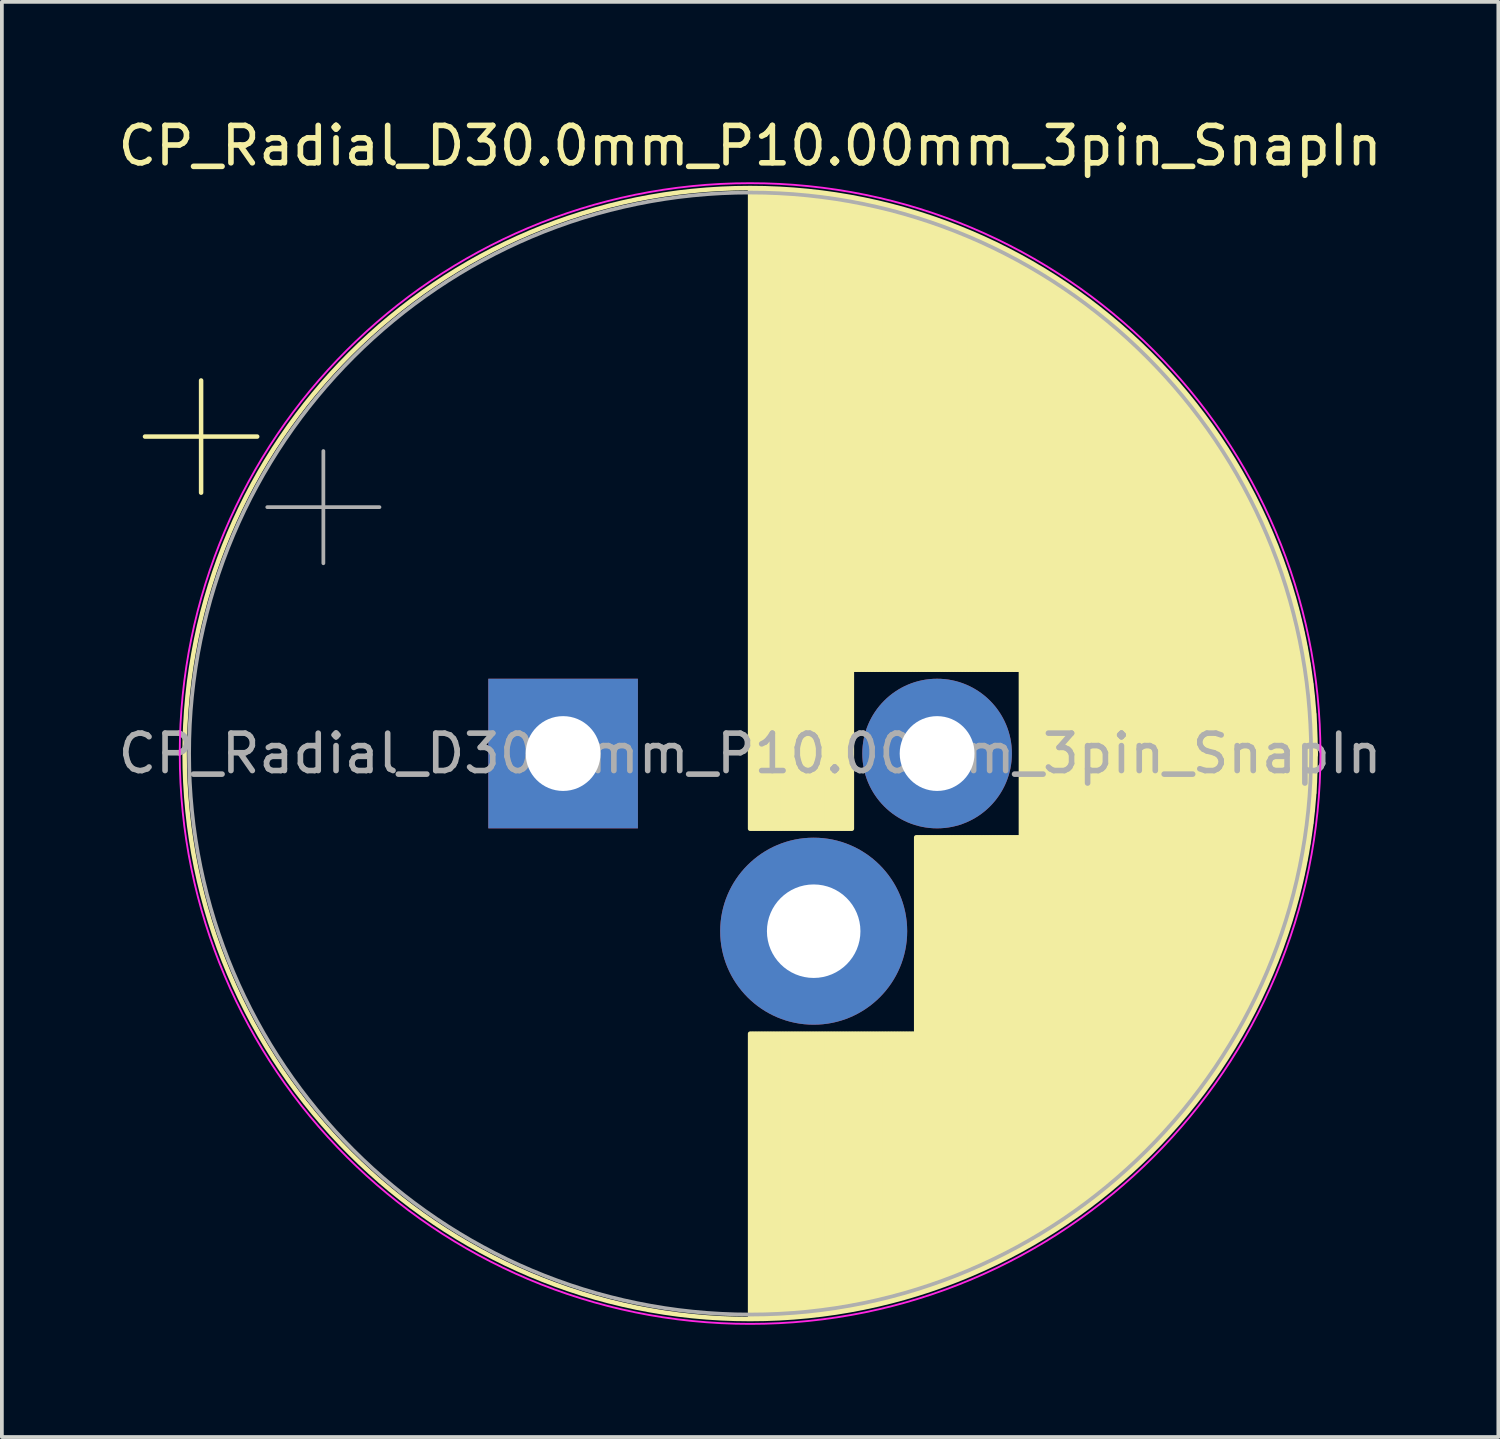
<source format=kicad_pcb>
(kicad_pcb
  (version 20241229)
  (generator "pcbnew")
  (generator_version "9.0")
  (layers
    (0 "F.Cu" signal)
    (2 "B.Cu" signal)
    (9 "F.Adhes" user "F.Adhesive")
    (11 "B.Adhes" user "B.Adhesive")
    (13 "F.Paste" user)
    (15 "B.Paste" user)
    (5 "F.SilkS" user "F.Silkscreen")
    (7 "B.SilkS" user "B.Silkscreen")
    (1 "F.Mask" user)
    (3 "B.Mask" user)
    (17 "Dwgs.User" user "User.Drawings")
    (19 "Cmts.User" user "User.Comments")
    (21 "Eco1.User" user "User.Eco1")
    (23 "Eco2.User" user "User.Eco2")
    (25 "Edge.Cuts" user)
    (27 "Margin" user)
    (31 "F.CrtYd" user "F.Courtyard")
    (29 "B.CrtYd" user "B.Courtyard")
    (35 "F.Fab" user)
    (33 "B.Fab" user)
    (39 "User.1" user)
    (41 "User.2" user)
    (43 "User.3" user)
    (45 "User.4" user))
  (footprint "CP_Radial_D30.0mm_P10.00mm_3pin_SnapIn"
    (layer "F.Cu")
    (at 12.006 17.098)
    (property "Reference" "CP_Radial_D30.0mm_P10.00mm_3pin_SnapIn" (at 5 -16.25 0) (layer "F.SilkS") (effects (font (size 1 1) (thickness 0.15))))
    (attr through_hole)
    (fp_line (start -11.179 -8.475) (end -8.179 -8.475) (stroke (width 0.12) (type solid)) (layer "F.SilkS"))
    (fp_line (start -9.679 -9.975) (end -9.679 -6.975) (stroke (width 0.12) (type solid)) (layer "F.SilkS"))
    (fp_line (start 5 -15.081) (end 5 2.01) (stroke (width 0.12) (type solid)) (layer "F.SilkS"))
    (fp_line (start 5 7.49) (end 5 15.081) (stroke (width 0.12) (type solid)) (layer "F.SilkS"))
    (fp_line (start 5.04 -15.08) (end 5.04 2.01) (stroke (width 0.12) (type solid)) (layer "F.SilkS"))
    (fp_line (start 5.04 7.49) (end 5.04 15.08) (stroke (width 0.12) (type solid)) (layer "F.SilkS"))
    (fp_line (start 5.08 -15.08) (end 5.08 2.01) (stroke (width 0.12) (type solid)) (layer "F.SilkS"))
    (fp_line (start 5.08 7.49) (end 5.08 15.08) (stroke (width 0.12) (type solid)) (layer "F.SilkS"))
    (fp_line (start 5.12 -15.08) (end 5.12 2.01) (stroke (width 0.12) (type solid)) (layer "F.SilkS"))
    (fp_line (start 5.12 7.49) (end 5.12 15.08) (stroke (width 0.12) (type solid)) (layer "F.SilkS"))
    (fp_line (start 5.16 -15.08) (end 5.16 2.01) (stroke (width 0.12) (type solid)) (layer "F.SilkS"))
    (fp_line (start 5.16 7.49) (end 5.16 15.08) (stroke (width 0.12) (type solid)) (layer "F.SilkS"))
    (fp_line (start 5.2 -15.079) (end 5.2 2.01) (stroke (width 0.12) (type solid)) (layer "F.SilkS"))
    (fp_line (start 5.2 7.49) (end 5.2 15.079) (stroke (width 0.12) (type solid)) (layer "F.SilkS"))
    (fp_line (start 5.24 -15.079) (end 5.24 2.01) (stroke (width 0.12) (type solid)) (layer "F.SilkS"))
    (fp_line (start 5.24 7.49) (end 5.24 15.079) (stroke (width 0.12) (type solid)) (layer "F.SilkS"))
    (fp_line (start 5.28 -15.078) (end 5.28 2.01) (stroke (width 0.12) (type solid)) (layer "F.SilkS"))
    (fp_line (start 5.28 7.49) (end 5.28 15.078) (stroke (width 0.12) (type solid)) (layer "F.SilkS"))
    (fp_line (start 5.32 -15.077) (end 5.32 2.01) (stroke (width 0.12) (type solid)) (layer "F.SilkS"))
    (fp_line (start 5.32 7.49) (end 5.32 15.077) (stroke (width 0.12) (type solid)) (layer "F.SilkS"))
    (fp_line (start 5.36 -15.076) (end 5.36 2.01) (stroke (width 0.12) (type solid)) (layer "F.SilkS"))
    (fp_line (start 5.36 7.49) (end 5.36 15.076) (stroke (width 0.12) (type solid)) (layer "F.SilkS"))
    (fp_line (start 5.4 -15.075) (end 5.4 2.01) (stroke (width 0.12) (type solid)) (layer "F.SilkS"))
    (fp_line (start 5.4 7.49) (end 5.4 15.075) (stroke (width 0.12) (type solid)) (layer "F.SilkS"))
    (fp_line (start 5.44 -15.074) (end 5.44 2.01) (stroke (width 0.12) (type solid)) (layer "F.SilkS"))
    (fp_line (start 5.44 7.49) (end 5.44 15.074) (stroke (width 0.12) (type solid)) (layer "F.SilkS"))
    (fp_line (start 5.48 -15.073) (end 5.48 2.01) (stroke (width 0.12) (type solid)) (layer "F.SilkS"))
    (fp_line (start 5.48 7.49) (end 5.48 15.073) (stroke (width 0.12) (type solid)) (layer "F.SilkS"))
    (fp_line (start 5.52 -15.072) (end 5.52 2.01) (stroke (width 0.12) (type solid)) (layer "F.SilkS"))
    (fp_line (start 5.52 7.49) (end 5.52 15.072) (stroke (width 0.12) (type solid)) (layer "F.SilkS"))
    (fp_line (start 5.56 -15.07) (end 5.56 2.01) (stroke (width 0.12) (type solid)) (layer "F.SilkS"))
    (fp_line (start 5.56 7.49) (end 5.56 15.07) (stroke (width 0.12) (type solid)) (layer "F.SilkS"))
    (fp_line (start 5.6 -15.069) (end 5.6 2.01) (stroke (width 0.12) (type solid)) (layer "F.SilkS"))
    (fp_line (start 5.6 7.49) (end 5.6 15.069) (stroke (width 0.12) (type solid)) (layer "F.SilkS"))
    (fp_line (start 5.64 -15.067) (end 5.64 2.01) (stroke (width 0.12) (type solid)) (layer "F.SilkS"))
    (fp_line (start 5.64 7.49) (end 5.64 15.067) (stroke (width 0.12) (type solid)) (layer "F.SilkS"))
    (fp_line (start 5.68 -15.065) (end 5.68 2.01) (stroke (width 0.12) (type solid)) (layer "F.SilkS"))
    (fp_line (start 5.68 7.49) (end 5.68 15.065) (stroke (width 0.12) (type solid)) (layer "F.SilkS"))
    (fp_line (start 5.721 -15.063) (end 5.721 2.01) (stroke (width 0.12) (type solid)) (layer "F.SilkS"))
    (fp_line (start 5.721 7.49) (end 5.721 15.063) (stroke (width 0.12) (type solid)) (layer "F.SilkS"))
    (fp_line (start 5.761 -15.061) (end 5.761 2.01) (stroke (width 0.12) (type solid)) (layer "F.SilkS"))
    (fp_line (start 5.761 7.49) (end 5.761 15.061) (stroke (width 0.12) (type solid)) (layer "F.SilkS"))
    (fp_line (start 5.801 -15.059) (end 5.801 2.01) (stroke (width 0.12) (type solid)) (layer "F.SilkS"))
    (fp_line (start 5.801 7.49) (end 5.801 15.059) (stroke (width 0.12) (type solid)) (layer "F.SilkS"))
    (fp_line (start 5.841 -15.057) (end 5.841 2.01) (stroke (width 0.12) (type solid)) (layer "F.SilkS"))
    (fp_line (start 5.841 7.49) (end 5.841 15.057) (stroke (width 0.12) (type solid)) (layer "F.SilkS"))
    (fp_line (start 5.881 -15.055) (end 5.881 2.01) (stroke (width 0.12) (type solid)) (layer "F.SilkS"))
    (fp_line (start 5.881 7.49) (end 5.881 15.055) (stroke (width 0.12) (type solid)) (layer "F.SilkS"))
    (fp_line (start 5.921 -15.052) (end 5.921 2.01) (stroke (width 0.12) (type solid)) (layer "F.SilkS"))
    (fp_line (start 5.921 7.49) (end 5.921 15.052) (stroke (width 0.12) (type solid)) (layer "F.SilkS"))
    (fp_line (start 5.961 -15.05) (end 5.961 2.01) (stroke (width 0.12) (type solid)) (layer "F.SilkS"))
    (fp_line (start 5.961 7.49) (end 5.961 15.05) (stroke (width 0.12) (type solid)) (layer "F.SilkS"))
    (fp_line (start 6.001 -15.047) (end 6.001 2.01) (stroke (width 0.12) (type solid)) (layer "F.SilkS"))
    (fp_line (start 6.001 7.49) (end 6.001 15.047) (stroke (width 0.12) (type solid)) (layer "F.SilkS"))
    (fp_line (start 6.041 -15.045) (end 6.041 2.01) (stroke (width 0.12) (type solid)) (layer "F.SilkS"))
    (fp_line (start 6.041 7.49) (end 6.041 15.045) (stroke (width 0.12) (type solid)) (layer "F.SilkS"))
    (fp_line (start 6.081 -15.042) (end 6.081 2.01) (stroke (width 0.12) (type solid)) (layer "F.SilkS"))
    (fp_line (start 6.081 7.49) (end 6.081 15.042) (stroke (width 0.12) (type solid)) (layer "F.SilkS"))
    (fp_line (start 6.121 -15.039) (end 6.121 2.01) (stroke (width 0.12) (type solid)) (layer "F.SilkS"))
    (fp_line (start 6.121 7.49) (end 6.121 15.039) (stroke (width 0.12) (type solid)) (layer "F.SilkS"))
    (fp_line (start 6.161 -15.036) (end 6.161 2.01) (stroke (width 0.12) (type solid)) (layer "F.SilkS"))
    (fp_line (start 6.161 7.49) (end 6.161 15.036) (stroke (width 0.12) (type solid)) (layer "F.SilkS"))
    (fp_line (start 6.201 -15.033) (end 6.201 2.01) (stroke (width 0.12) (type solid)) (layer "F.SilkS"))
    (fp_line (start 6.201 7.49) (end 6.201 15.033) (stroke (width 0.12) (type solid)) (layer "F.SilkS"))
    (fp_line (start 6.241 -15.03) (end 6.241 2.01) (stroke (width 0.12) (type solid)) (layer "F.SilkS"))
    (fp_line (start 6.241 7.49) (end 6.241 15.03) (stroke (width 0.12) (type solid)) (layer "F.SilkS"))
    (fp_line (start 6.281 -15.026) (end 6.281 2.01) (stroke (width 0.12) (type solid)) (layer "F.SilkS"))
    (fp_line (start 6.281 7.49) (end 6.281 15.026) (stroke (width 0.12) (type solid)) (layer "F.SilkS"))
    (fp_line (start 6.321 -15.023) (end 6.321 2.01) (stroke (width 0.12) (type solid)) (layer "F.SilkS"))
    (fp_line (start 6.321 7.49) (end 6.321 15.023) (stroke (width 0.12) (type solid)) (layer "F.SilkS"))
    (fp_line (start 6.361 -15.019) (end 6.361 2.01) (stroke (width 0.12) (type solid)) (layer "F.SilkS"))
    (fp_line (start 6.361 7.49) (end 6.361 15.019) (stroke (width 0.12) (type solid)) (layer "F.SilkS"))
    (fp_line (start 6.401 -15.016) (end 6.401 2.01) (stroke (width 0.12) (type solid)) (layer "F.SilkS"))
    (fp_line (start 6.401 7.49) (end 6.401 15.016) (stroke (width 0.12) (type solid)) (layer "F.SilkS"))
    (fp_line (start 6.441 -15.012) (end 6.441 2.01) (stroke (width 0.12) (type solid)) (layer "F.SilkS"))
    (fp_line (start 6.441 7.49) (end 6.441 15.012) (stroke (width 0.12) (type solid)) (layer "F.SilkS"))
    (fp_line (start 6.481 -15.008) (end 6.481 2.01) (stroke (width 0.12) (type solid)) (layer "F.SilkS"))
    (fp_line (start 6.481 7.49) (end 6.481 15.008) (stroke (width 0.12) (type solid)) (layer "F.SilkS"))
    (fp_line (start 6.521 -15.004) (end 6.521 2.01) (stroke (width 0.12) (type solid)) (layer "F.SilkS"))
    (fp_line (start 6.521 7.49) (end 6.521 15.004) (stroke (width 0.12) (type solid)) (layer "F.SilkS"))
    (fp_line (start 6.561 -15) (end 6.561 2.01) (stroke (width 0.12) (type solid)) (layer "F.SilkS"))
    (fp_line (start 6.561 7.49) (end 6.561 15) (stroke (width 0.12) (type solid)) (layer "F.SilkS"))
    (fp_line (start 6.601 -14.996) (end 6.601 2.01) (stroke (width 0.12) (type solid)) (layer "F.SilkS"))
    (fp_line (start 6.601 7.49) (end 6.601 14.996) (stroke (width 0.12) (type solid)) (layer "F.SilkS"))
    (fp_line (start 6.641 -14.991) (end 6.641 2.01) (stroke (width 0.12) (type solid)) (layer "F.SilkS"))
    (fp_line (start 6.641 7.49) (end 6.641 14.991) (stroke (width 0.12) (type solid)) (layer "F.SilkS"))
    (fp_line (start 6.681 -14.987) (end 6.681 2.01) (stroke (width 0.12) (type solid)) (layer "F.SilkS"))
    (fp_line (start 6.681 7.49) (end 6.681 14.987) (stroke (width 0.12) (type solid)) (layer "F.SilkS"))
    (fp_line (start 6.721 -14.982) (end 6.721 2.01) (stroke (width 0.12) (type solid)) (layer "F.SilkS"))
    (fp_line (start 6.721 7.49) (end 6.721 14.982) (stroke (width 0.12) (type solid)) (layer "F.SilkS"))
    (fp_line (start 6.761 -14.978) (end 6.761 2.01) (stroke (width 0.12) (type solid)) (layer "F.SilkS"))
    (fp_line (start 6.761 7.49) (end 6.761 14.978) (stroke (width 0.12) (type solid)) (layer "F.SilkS"))
    (fp_line (start 6.801 -14.973) (end 6.801 2.01) (stroke (width 0.12) (type solid)) (layer "F.SilkS"))
    (fp_line (start 6.801 7.49) (end 6.801 14.973) (stroke (width 0.12) (type solid)) (layer "F.SilkS"))
    (fp_line (start 6.841 -14.968) (end 6.841 2.01) (stroke (width 0.12) (type solid)) (layer "F.SilkS"))
    (fp_line (start 6.841 7.49) (end 6.841 14.968) (stroke (width 0.12) (type solid)) (layer "F.SilkS"))
    (fp_line (start 6.881 -14.963) (end 6.881 2.01) (stroke (width 0.12) (type solid)) (layer "F.SilkS"))
    (fp_line (start 6.881 7.49) (end 6.881 14.963) (stroke (width 0.12) (type solid)) (layer "F.SilkS"))
    (fp_line (start 6.921 -14.958) (end 6.921 2.01) (stroke (width 0.12) (type solid)) (layer "F.SilkS"))
    (fp_line (start 6.921 7.49) (end 6.921 14.958) (stroke (width 0.12) (type solid)) (layer "F.SilkS"))
    (fp_line (start 6.961 -14.953) (end 6.961 2.01) (stroke (width 0.12) (type solid)) (layer "F.SilkS"))
    (fp_line (start 6.961 7.49) (end 6.961 14.953) (stroke (width 0.12) (type solid)) (layer "F.SilkS"))
    (fp_line (start 7.001 -14.948) (end 7.001 2.01) (stroke (width 0.12) (type solid)) (layer "F.SilkS"))
    (fp_line (start 7.001 7.49) (end 7.001 14.948) (stroke (width 0.12) (type solid)) (layer "F.SilkS"))
    (fp_line (start 7.041 -14.942) (end 7.041 2.01) (stroke (width 0.12) (type solid)) (layer "F.SilkS"))
    (fp_line (start 7.041 7.49) (end 7.041 14.942) (stroke (width 0.12) (type solid)) (layer "F.SilkS"))
    (fp_line (start 7.081 -14.937) (end 7.081 2.01) (stroke (width 0.12) (type solid)) (layer "F.SilkS"))
    (fp_line (start 7.081 7.49) (end 7.081 14.937) (stroke (width 0.12) (type solid)) (layer "F.SilkS"))
    (fp_line (start 7.121 -14.931) (end 7.121 2.01) (stroke (width 0.12) (type solid)) (layer "F.SilkS"))
    (fp_line (start 7.121 7.49) (end 7.121 14.931) (stroke (width 0.12) (type solid)) (layer "F.SilkS"))
    (fp_line (start 7.161 -14.925) (end 7.161 2.01) (stroke (width 0.12) (type solid)) (layer "F.SilkS"))
    (fp_line (start 7.161 7.49) (end 7.161 14.925) (stroke (width 0.12) (type solid)) (layer "F.SilkS"))
    (fp_line (start 7.201 -14.92) (end 7.201 2.01) (stroke (width 0.12) (type solid)) (layer "F.SilkS"))
    (fp_line (start 7.201 7.49) (end 7.201 14.92) (stroke (width 0.12) (type solid)) (layer "F.SilkS"))
    (fp_line (start 7.241 -14.914) (end 7.241 2.01) (stroke (width 0.12) (type solid)) (layer "F.SilkS"))
    (fp_line (start 7.241 7.49) (end 7.241 14.914) (stroke (width 0.12) (type solid)) (layer "F.SilkS"))
    (fp_line (start 7.281 -14.908) (end 7.281 2.01) (stroke (width 0.12) (type solid)) (layer "F.SilkS"))
    (fp_line (start 7.281 7.49) (end 7.281 14.908) (stroke (width 0.12) (type solid)) (layer "F.SilkS"))
    (fp_line (start 7.321 -14.901) (end 7.321 2.01) (stroke (width 0.12) (type solid)) (layer "F.SilkS"))
    (fp_line (start 7.321 7.49) (end 7.321 14.901) (stroke (width 0.12) (type solid)) (layer "F.SilkS"))
    (fp_line (start 7.361 -14.895) (end 7.361 2.01) (stroke (width 0.12) (type solid)) (layer "F.SilkS"))
    (fp_line (start 7.361 7.49) (end 7.361 14.895) (stroke (width 0.12) (type solid)) (layer "F.SilkS"))
    (fp_line (start 7.401 -14.889) (end 7.401 2.01) (stroke (width 0.12) (type solid)) (layer "F.SilkS"))
    (fp_line (start 7.401 7.49) (end 7.401 14.889) (stroke (width 0.12) (type solid)) (layer "F.SilkS"))
    (fp_line (start 7.441 -14.882) (end 7.441 2.01) (stroke (width 0.12) (type solid)) (layer "F.SilkS"))
    (fp_line (start 7.441 7.49) (end 7.441 14.882) (stroke (width 0.12) (type solid)) (layer "F.SilkS"))
    (fp_line (start 7.481 -14.876) (end 7.481 2.01) (stroke (width 0.12) (type solid)) (layer "F.SilkS"))
    (fp_line (start 7.481 7.49) (end 7.481 14.876) (stroke (width 0.12) (type solid)) (layer "F.SilkS"))
    (fp_line (start 7.521 -14.869) (end 7.521 2.01) (stroke (width 0.12) (type solid)) (layer "F.SilkS"))
    (fp_line (start 7.521 7.49) (end 7.521 14.869) (stroke (width 0.12) (type solid)) (layer "F.SilkS"))
    (fp_line (start 7.561 -14.862) (end 7.561 2.01) (stroke (width 0.12) (type solid)) (layer "F.SilkS"))
    (fp_line (start 7.561 7.49) (end 7.561 14.862) (stroke (width 0.12) (type solid)) (layer "F.SilkS"))
    (fp_line (start 7.601 -14.855) (end 7.601 2.01) (stroke (width 0.12) (type solid)) (layer "F.SilkS"))
    (fp_line (start 7.601 7.49) (end 7.601 14.855) (stroke (width 0.12) (type solid)) (layer "F.SilkS"))
    (fp_line (start 7.641 -14.848) (end 7.641 2.01) (stroke (width 0.12) (type solid)) (layer "F.SilkS"))
    (fp_line (start 7.641 7.49) (end 7.641 14.848) (stroke (width 0.12) (type solid)) (layer "F.SilkS"))
    (fp_line (start 7.681 -14.841) (end 7.681 2.01) (stroke (width 0.12) (type solid)) (layer "F.SilkS"))
    (fp_line (start 7.681 7.49) (end 7.681 14.841) (stroke (width 0.12) (type solid)) (layer "F.SilkS"))
    (fp_line (start 7.721 -14.834) (end 7.721 2.01) (stroke (width 0.12) (type solid)) (layer "F.SilkS"))
    (fp_line (start 7.721 7.49) (end 7.721 14.834) (stroke (width 0.12) (type solid)) (layer "F.SilkS"))
    (fp_line (start 7.761 -14.826) (end 7.761 -2.24) (stroke (width 0.12) (type solid)) (layer "F.SilkS"))
    (fp_line (start 7.761 7.49) (end 7.761 14.826) (stroke (width 0.12) (type solid)) (layer "F.SilkS"))
    (fp_line (start 7.801 -14.819) (end 7.801 -2.24) (stroke (width 0.12) (type solid)) (layer "F.SilkS"))
    (fp_line (start 7.801 7.49) (end 7.801 14.819) (stroke (width 0.12) (type solid)) (layer "F.SilkS"))
    (fp_line (start 7.841 -14.811) (end 7.841 -2.24) (stroke (width 0.12) (type solid)) (layer "F.SilkS"))
    (fp_line (start 7.841 7.49) (end 7.841 14.811) (stroke (width 0.12) (type solid)) (layer "F.SilkS"))
    (fp_line (start 7.881 -14.804) (end 7.881 -2.24) (stroke (width 0.12) (type solid)) (layer "F.SilkS"))
    (fp_line (start 7.881 7.49) (end 7.881 14.804) (stroke (width 0.12) (type solid)) (layer "F.SilkS"))
    (fp_line (start 7.921 -14.796) (end 7.921 -2.24) (stroke (width 0.12) (type solid)) (layer "F.SilkS"))
    (fp_line (start 7.921 7.49) (end 7.921 14.796) (stroke (width 0.12) (type solid)) (layer "F.SilkS"))
    (fp_line (start 7.961 -14.788) (end 7.961 -2.24) (stroke (width 0.12) (type solid)) (layer "F.SilkS"))
    (fp_line (start 7.961 7.49) (end 7.961 14.788) (stroke (width 0.12) (type solid)) (layer "F.SilkS"))
    (fp_line (start 8.001 -14.78) (end 8.001 -2.24) (stroke (width 0.12) (type solid)) (layer "F.SilkS"))
    (fp_line (start 8.001 7.49) (end 8.001 14.78) (stroke (width 0.12) (type solid)) (layer "F.SilkS"))
    (fp_line (start 8.041 -14.772) (end 8.041 -2.24) (stroke (width 0.12) (type solid)) (layer "F.SilkS"))
    (fp_line (start 8.041 7.49) (end 8.041 14.772) (stroke (width 0.12) (type solid)) (layer "F.SilkS"))
    (fp_line (start 8.081 -14.763) (end 8.081 -2.24) (stroke (width 0.12) (type solid)) (layer "F.SilkS"))
    (fp_line (start 8.081 7.49) (end 8.081 14.763) (stroke (width 0.12) (type solid)) (layer "F.SilkS"))
    (fp_line (start 8.121 -14.755) (end 8.121 -2.24) (stroke (width 0.12) (type solid)) (layer "F.SilkS"))
    (fp_line (start 8.121 7.49) (end 8.121 14.755) (stroke (width 0.12) (type solid)) (layer "F.SilkS"))
    (fp_line (start 8.161 -14.747) (end 8.161 -2.24) (stroke (width 0.12) (type solid)) (layer "F.SilkS"))
    (fp_line (start 8.161 7.49) (end 8.161 14.747) (stroke (width 0.12) (type solid)) (layer "F.SilkS"))
    (fp_line (start 8.201 -14.738) (end 8.201 -2.24) (stroke (width 0.12) (type solid)) (layer "F.SilkS"))
    (fp_line (start 8.201 7.49) (end 8.201 14.738) (stroke (width 0.12) (type solid)) (layer "F.SilkS"))
    (fp_line (start 8.241 -14.729) (end 8.241 -2.24) (stroke (width 0.12) (type solid)) (layer "F.SilkS"))
    (fp_line (start 8.241 7.49) (end 8.241 14.729) (stroke (width 0.12) (type solid)) (layer "F.SilkS"))
    (fp_line (start 8.281 -14.72) (end 8.281 -2.24) (stroke (width 0.12) (type solid)) (layer "F.SilkS"))
    (fp_line (start 8.281 7.49) (end 8.281 14.72) (stroke (width 0.12) (type solid)) (layer "F.SilkS"))
    (fp_line (start 8.321 -14.711) (end 8.321 -2.24) (stroke (width 0.12) (type solid)) (layer "F.SilkS"))
    (fp_line (start 8.321 7.49) (end 8.321 14.711) (stroke (width 0.12) (type solid)) (layer "F.SilkS"))
    (fp_line (start 8.361 -14.702) (end 8.361 -2.24) (stroke (width 0.12) (type solid)) (layer "F.SilkS"))
    (fp_line (start 8.361 7.49) (end 8.361 14.702) (stroke (width 0.12) (type solid)) (layer "F.SilkS"))
    (fp_line (start 8.401 -14.693) (end 8.401 -2.24) (stroke (width 0.12) (type solid)) (layer "F.SilkS"))
    (fp_line (start 8.401 7.49) (end 8.401 14.693) (stroke (width 0.12) (type solid)) (layer "F.SilkS"))
    (fp_line (start 8.441 -14.684) (end 8.441 -2.24) (stroke (width 0.12) (type solid)) (layer "F.SilkS"))
    (fp_line (start 8.441 7.49) (end 8.441 14.684) (stroke (width 0.12) (type solid)) (layer "F.SilkS"))
    (fp_line (start 8.481 -14.675) (end 8.481 -2.24) (stroke (width 0.12) (type solid)) (layer "F.SilkS"))
    (fp_line (start 8.481 7.49) (end 8.481 14.675) (stroke (width 0.12) (type solid)) (layer "F.SilkS"))
    (fp_line (start 8.521 -14.665) (end 8.521 -2.24) (stroke (width 0.12) (type solid)) (layer "F.SilkS"))
    (fp_line (start 8.521 7.49) (end 8.521 14.665) (stroke (width 0.12) (type solid)) (layer "F.SilkS"))
    (fp_line (start 8.561 -14.655) (end 8.561 -2.24) (stroke (width 0.12) (type solid)) (layer "F.SilkS"))
    (fp_line (start 8.561 7.49) (end 8.561 14.655) (stroke (width 0.12) (type solid)) (layer "F.SilkS"))
    (fp_line (start 8.601 -14.646) (end 8.601 -2.24) (stroke (width 0.12) (type solid)) (layer "F.SilkS"))
    (fp_line (start 8.601 7.49) (end 8.601 14.646) (stroke (width 0.12) (type solid)) (layer "F.SilkS"))
    (fp_line (start 8.641 -14.636) (end 8.641 -2.24) (stroke (width 0.12) (type solid)) (layer "F.SilkS"))
    (fp_line (start 8.641 7.49) (end 8.641 14.636) (stroke (width 0.12) (type solid)) (layer "F.SilkS"))
    (fp_line (start 8.681 -14.626) (end 8.681 -2.24) (stroke (width 0.12) (type solid)) (layer "F.SilkS"))
    (fp_line (start 8.681 7.49) (end 8.681 14.626) (stroke (width 0.12) (type solid)) (layer "F.SilkS"))
    (fp_line (start 8.721 -14.616) (end 8.721 -2.24) (stroke (width 0.12) (type solid)) (layer "F.SilkS"))
    (fp_line (start 8.721 7.49) (end 8.721 14.616) (stroke (width 0.12) (type solid)) (layer "F.SilkS"))
    (fp_line (start 8.761 -14.606) (end 8.761 -2.24) (stroke (width 0.12) (type solid)) (layer "F.SilkS"))
    (fp_line (start 8.761 7.49) (end 8.761 14.606) (stroke (width 0.12) (type solid)) (layer "F.SilkS"))
    (fp_line (start 8.801 -14.595) (end 8.801 -2.24) (stroke (width 0.12) (type solid)) (layer "F.SilkS"))
    (fp_line (start 8.801 7.49) (end 8.801 14.595) (stroke (width 0.12) (type solid)) (layer "F.SilkS"))
    (fp_line (start 8.841 -14.585) (end 8.841 -2.24) (stroke (width 0.12) (type solid)) (layer "F.SilkS"))
    (fp_line (start 8.841 7.49) (end 8.841 14.585) (stroke (width 0.12) (type solid)) (layer "F.SilkS"))
    (fp_line (start 8.881 -14.574) (end 8.881 -2.24) (stroke (width 0.12) (type solid)) (layer "F.SilkS"))
    (fp_line (start 8.881 7.49) (end 8.881 14.574) (stroke (width 0.12) (type solid)) (layer "F.SilkS"))
    (fp_line (start 8.921 -14.564) (end 8.921 -2.24) (stroke (width 0.12) (type solid)) (layer "F.SilkS"))
    (fp_line (start 8.921 7.49) (end 8.921 14.564) (stroke (width 0.12) (type solid)) (layer "F.SilkS"))
    (fp_line (start 8.961 -14.553) (end 8.961 -2.24) (stroke (width 0.12) (type solid)) (layer "F.SilkS"))
    (fp_line (start 8.961 7.49) (end 8.961 14.553) (stroke (width 0.12) (type solid)) (layer "F.SilkS"))
    (fp_line (start 9.001 -14.542) (end 9.001 -2.24) (stroke (width 0.12) (type solid)) (layer "F.SilkS"))
    (fp_line (start 9.001 7.49) (end 9.001 14.542) (stroke (width 0.12) (type solid)) (layer "F.SilkS"))
    (fp_line (start 9.041 -14.531) (end 9.041 -2.24) (stroke (width 0.12) (type solid)) (layer "F.SilkS"))
    (fp_line (start 9.041 7.49) (end 9.041 14.531) (stroke (width 0.12) (type solid)) (layer "F.SilkS"))
    (fp_line (start 9.081 -14.52) (end 9.081 -2.24) (stroke (width 0.12) (type solid)) (layer "F.SilkS"))
    (fp_line (start 9.081 7.49) (end 9.081 14.52) (stroke (width 0.12) (type solid)) (layer "F.SilkS"))
    (fp_line (start 9.121 -14.508) (end 9.121 -2.24) (stroke (width 0.12) (type solid)) (layer "F.SilkS"))
    (fp_line (start 9.121 7.49) (end 9.121 14.508) (stroke (width 0.12) (type solid)) (layer "F.SilkS"))
    (fp_line (start 9.161 -14.497) (end 9.161 -2.24) (stroke (width 0.12) (type solid)) (layer "F.SilkS"))
    (fp_line (start 9.161 7.49) (end 9.161 14.497) (stroke (width 0.12) (type solid)) (layer "F.SilkS"))
    (fp_line (start 9.201 -14.485) (end 9.201 -2.24) (stroke (width 0.12) (type solid)) (layer "F.SilkS"))
    (fp_line (start 9.201 7.49) (end 9.201 14.485) (stroke (width 0.12) (type solid)) (layer "F.SilkS"))
    (fp_line (start 9.241 -14.474) (end 9.241 -2.24) (stroke (width 0.12) (type solid)) (layer "F.SilkS"))
    (fp_line (start 9.241 7.49) (end 9.241 14.474) (stroke (width 0.12) (type solid)) (layer "F.SilkS"))
    (fp_line (start 9.281 -14.462) (end 9.281 -2.24) (stroke (width 0.12) (type solid)) (layer "F.SilkS"))
    (fp_line (start 9.281 7.49) (end 9.281 14.462) (stroke (width 0.12) (type solid)) (layer "F.SilkS"))
    (fp_line (start 9.321 -14.45) (end 9.321 -2.24) (stroke (width 0.12) (type solid)) (layer "F.SilkS"))
    (fp_line (start 9.321 7.49) (end 9.321 14.45) (stroke (width 0.12) (type solid)) (layer "F.SilkS"))
    (fp_line (start 9.361 -14.438) (end 9.361 -2.24) (stroke (width 0.12) (type solid)) (layer "F.SilkS"))
    (fp_line (start 9.361 7.49) (end 9.361 14.438) (stroke (width 0.12) (type solid)) (layer "F.SilkS"))
    (fp_line (start 9.401 -14.426) (end 9.401 -2.24) (stroke (width 0.12) (type solid)) (layer "F.SilkS"))
    (fp_line (start 9.401 7.49) (end 9.401 14.426) (stroke (width 0.12) (type solid)) (layer "F.SilkS"))
    (fp_line (start 9.441 -14.414) (end 9.441 -2.24) (stroke (width 0.12) (type solid)) (layer "F.SilkS"))
    (fp_line (start 9.441 2.24) (end 9.441 14.414) (stroke (width 0.12) (type solid)) (layer "F.SilkS"))
    (fp_line (start 9.481 -14.402) (end 9.481 -2.24) (stroke (width 0.12) (type solid)) (layer "F.SilkS"))
    (fp_line (start 9.481 2.24) (end 9.481 14.402) (stroke (width 0.12) (type solid)) (layer "F.SilkS"))
    (fp_line (start 9.521 -14.389) (end 9.521 -2.24) (stroke (width 0.12) (type solid)) (layer "F.SilkS"))
    (fp_line (start 9.521 2.24) (end 9.521 14.389) (stroke (width 0.12) (type solid)) (layer "F.SilkS"))
    (fp_line (start 9.561 -14.376) (end 9.561 -2.24) (stroke (width 0.12) (type solid)) (layer "F.SilkS"))
    (fp_line (start 9.561 2.24) (end 9.561 14.376) (stroke (width 0.12) (type solid)) (layer "F.SilkS"))
    (fp_line (start 9.601 -14.364) (end 9.601 -2.24) (stroke (width 0.12) (type solid)) (layer "F.SilkS"))
    (fp_line (start 9.601 2.24) (end 9.601 14.364) (stroke (width 0.12) (type solid)) (layer "F.SilkS"))
    (fp_line (start 9.641 -14.351) (end 9.641 -2.24) (stroke (width 0.12) (type solid)) (layer "F.SilkS"))
    (fp_line (start 9.641 2.24) (end 9.641 14.351) (stroke (width 0.12) (type solid)) (layer "F.SilkS"))
    (fp_line (start 9.681 -14.338) (end 9.681 -2.24) (stroke (width 0.12) (type solid)) (layer "F.SilkS"))
    (fp_line (start 9.681 2.24) (end 9.681 14.338) (stroke (width 0.12) (type solid)) (layer "F.SilkS"))
    (fp_line (start 9.721 -14.325) (end 9.721 -2.24) (stroke (width 0.12) (type solid)) (layer "F.SilkS"))
    (fp_line (start 9.721 2.24) (end 9.721 14.325) (stroke (width 0.12) (type solid)) (layer "F.SilkS"))
    (fp_line (start 9.761 -14.312) (end 9.761 -2.24) (stroke (width 0.12) (type solid)) (layer "F.SilkS"))
    (fp_line (start 9.761 2.24) (end 9.761 14.312) (stroke (width 0.12) (type solid)) (layer "F.SilkS"))
    (fp_line (start 9.801 -14.298) (end 9.801 -2.24) (stroke (width 0.12) (type solid)) (layer "F.SilkS"))
    (fp_line (start 9.801 2.24) (end 9.801 14.298) (stroke (width 0.12) (type solid)) (layer "F.SilkS"))
    (fp_line (start 9.841 -14.285) (end 9.841 -2.24) (stroke (width 0.12) (type solid)) (layer "F.SilkS"))
    (fp_line (start 9.841 2.24) (end 9.841 14.285) (stroke (width 0.12) (type solid)) (layer "F.SilkS"))
    (fp_line (start 9.881 -14.271) (end 9.881 -2.24) (stroke (width 0.12) (type solid)) (layer "F.SilkS"))
    (fp_line (start 9.881 2.24) (end 9.881 14.271) (stroke (width 0.12) (type solid)) (layer "F.SilkS"))
    (fp_line (start 9.921 -14.258) (end 9.921 -2.24) (stroke (width 0.12) (type solid)) (layer "F.SilkS"))
    (fp_line (start 9.921 2.24) (end 9.921 14.258) (stroke (width 0.12) (type solid)) (layer "F.SilkS"))
    (fp_line (start 9.961 -14.244) (end 9.961 -2.24) (stroke (width 0.12) (type solid)) (layer "F.SilkS"))
    (fp_line (start 9.961 2.24) (end 9.961 14.244) (stroke (width 0.12) (type solid)) (layer "F.SilkS"))
    (fp_line (start 10.001 -14.23) (end 10.001 -2.24) (stroke (width 0.12) (type solid)) (layer "F.SilkS"))
    (fp_line (start 10.001 2.24) (end 10.001 14.23) (stroke (width 0.12) (type solid)) (layer "F.SilkS"))
    (fp_line (start 10.041 -14.216) (end 10.041 -2.24) (stroke (width 0.12) (type solid)) (layer "F.SilkS"))
    (fp_line (start 10.041 2.24) (end 10.041 14.216) (stroke (width 0.12) (type solid)) (layer "F.SilkS"))
    (fp_line (start 10.081 -14.202) (end 10.081 -2.24) (stroke (width 0.12) (type solid)) (layer "F.SilkS"))
    (fp_line (start 10.081 2.24) (end 10.081 14.202) (stroke (width 0.12) (type solid)) (layer "F.SilkS"))
    (fp_line (start 10.121 -14.187) (end 10.121 -2.24) (stroke (width 0.12) (type solid)) (layer "F.SilkS"))
    (fp_line (start 10.121 2.24) (end 10.121 14.187) (stroke (width 0.12) (type solid)) (layer "F.SilkS"))
    (fp_line (start 10.161 -14.173) (end 10.161 -2.24) (stroke (width 0.12) (type solid)) (layer "F.SilkS"))
    (fp_line (start 10.161 2.24) (end 10.161 14.173) (stroke (width 0.12) (type solid)) (layer "F.SilkS"))
    (fp_line (start 10.201 -14.158) (end 10.201 -2.24) (stroke (width 0.12) (type solid)) (layer "F.SilkS"))
    (fp_line (start 10.201 2.24) (end 10.201 14.158) (stroke (width 0.12) (type solid)) (layer "F.SilkS"))
    (fp_line (start 10.241 -14.143) (end 10.241 -2.24) (stroke (width 0.12) (type solid)) (layer "F.SilkS"))
    (fp_line (start 10.241 2.24) (end 10.241 14.143) (stroke (width 0.12) (type solid)) (layer "F.SilkS"))
    (fp_line (start 10.281 -14.129) (end 10.281 -2.24) (stroke (width 0.12) (type solid)) (layer "F.SilkS"))
    (fp_line (start 10.281 2.24) (end 10.281 14.129) (stroke (width 0.12) (type solid)) (layer "F.SilkS"))
    (fp_line (start 10.321 -14.114) (end 10.321 -2.24) (stroke (width 0.12) (type solid)) (layer "F.SilkS"))
    (fp_line (start 10.321 2.24) (end 10.321 14.114) (stroke (width 0.12) (type solid)) (layer "F.SilkS"))
    (fp_line (start 10.361 -14.099) (end 10.361 -2.24) (stroke (width 0.12) (type solid)) (layer "F.SilkS"))
    (fp_line (start 10.361 2.24) (end 10.361 14.099) (stroke (width 0.12) (type solid)) (layer "F.SilkS"))
    (fp_line (start 10.401 -14.083) (end 10.401 -2.24) (stroke (width 0.12) (type solid)) (layer "F.SilkS"))
    (fp_line (start 10.401 2.24) (end 10.401 14.083) (stroke (width 0.12) (type solid)) (layer "F.SilkS"))
    (fp_line (start 10.441 -14.068) (end 10.441 -2.24) (stroke (width 0.12) (type solid)) (layer "F.SilkS"))
    (fp_line (start 10.441 2.24) (end 10.441 14.068) (stroke (width 0.12) (type solid)) (layer "F.SilkS"))
    (fp_line (start 10.481 -14.052) (end 10.481 -2.24) (stroke (width 0.12) (type solid)) (layer "F.SilkS"))
    (fp_line (start 10.481 2.24) (end 10.481 14.052) (stroke (width 0.12) (type solid)) (layer "F.SilkS"))
    (fp_line (start 10.521 -14.037) (end 10.521 -2.24) (stroke (width 0.12) (type solid)) (layer "F.SilkS"))
    (fp_line (start 10.521 2.24) (end 10.521 14.037) (stroke (width 0.12) (type solid)) (layer "F.SilkS"))
    (fp_line (start 10.561 -14.021) (end 10.561 -2.24) (stroke (width 0.12) (type solid)) (layer "F.SilkS"))
    (fp_line (start 10.561 2.24) (end 10.561 14.021) (stroke (width 0.12) (type solid)) (layer "F.SilkS"))
    (fp_line (start 10.601 -14.005) (end 10.601 -2.24) (stroke (width 0.12) (type solid)) (layer "F.SilkS"))
    (fp_line (start 10.601 2.24) (end 10.601 14.005) (stroke (width 0.12) (type solid)) (layer "F.SilkS"))
    (fp_line (start 10.641 -13.989) (end 10.641 -2.24) (stroke (width 0.12) (type solid)) (layer "F.SilkS"))
    (fp_line (start 10.641 2.24) (end 10.641 13.989) (stroke (width 0.12) (type solid)) (layer "F.SilkS"))
    (fp_line (start 10.681 -13.973) (end 10.681 -2.24) (stroke (width 0.12) (type solid)) (layer "F.SilkS"))
    (fp_line (start 10.681 2.24) (end 10.681 13.973) (stroke (width 0.12) (type solid)) (layer "F.SilkS"))
    (fp_line (start 10.721 -13.957) (end 10.721 -2.24) (stroke (width 0.12) (type solid)) (layer "F.SilkS"))
    (fp_line (start 10.721 2.24) (end 10.721 13.957) (stroke (width 0.12) (type solid)) (layer "F.SilkS"))
    (fp_line (start 10.761 -13.94) (end 10.761 -2.24) (stroke (width 0.12) (type solid)) (layer "F.SilkS"))
    (fp_line (start 10.761 2.24) (end 10.761 13.94) (stroke (width 0.12) (type solid)) (layer "F.SilkS"))
    (fp_line (start 10.801 -13.924) (end 10.801 -2.24) (stroke (width 0.12) (type solid)) (layer "F.SilkS"))
    (fp_line (start 10.801 2.24) (end 10.801 13.924) (stroke (width 0.12) (type solid)) (layer "F.SilkS"))
    (fp_line (start 10.841 -13.907) (end 10.841 -2.24) (stroke (width 0.12) (type solid)) (layer "F.SilkS"))
    (fp_line (start 10.841 2.24) (end 10.841 13.907) (stroke (width 0.12) (type solid)) (layer "F.SilkS"))
    (fp_line (start 10.881 -13.89) (end 10.881 -2.24) (stroke (width 0.12) (type solid)) (layer "F.SilkS"))
    (fp_line (start 10.881 2.24) (end 10.881 13.89) (stroke (width 0.12) (type solid)) (layer "F.SilkS"))
    (fp_line (start 10.921 -13.873) (end 10.921 -2.24) (stroke (width 0.12) (type solid)) (layer "F.SilkS"))
    (fp_line (start 10.921 2.24) (end 10.921 13.873) (stroke (width 0.12) (type solid)) (layer "F.SilkS"))
    (fp_line (start 10.961 -13.856) (end 10.961 -2.24) (stroke (width 0.12) (type solid)) (layer "F.SilkS"))
    (fp_line (start 10.961 2.24) (end 10.961 13.856) (stroke (width 0.12) (type solid)) (layer "F.SilkS"))
    (fp_line (start 11.001 -13.839) (end 11.001 -2.24) (stroke (width 0.12) (type solid)) (layer "F.SilkS"))
    (fp_line (start 11.001 2.24) (end 11.001 13.839) (stroke (width 0.12) (type solid)) (layer "F.SilkS"))
    (fp_line (start 11.041 -13.822) (end 11.041 -2.24) (stroke (width 0.12) (type solid)) (layer "F.SilkS"))
    (fp_line (start 11.041 2.24) (end 11.041 13.822) (stroke (width 0.12) (type solid)) (layer "F.SilkS"))
    (fp_line (start 11.081 -13.804) (end 11.081 -2.24) (stroke (width 0.12) (type solid)) (layer "F.SilkS"))
    (fp_line (start 11.081 2.24) (end 11.081 13.804) (stroke (width 0.12) (type solid)) (layer "F.SilkS"))
    (fp_line (start 11.121 -13.787) (end 11.121 -2.24) (stroke (width 0.12) (type solid)) (layer "F.SilkS"))
    (fp_line (start 11.121 2.24) (end 11.121 13.787) (stroke (width 0.12) (type solid)) (layer "F.SilkS"))
    (fp_line (start 11.161 -13.769) (end 11.161 -2.24) (stroke (width 0.12) (type solid)) (layer "F.SilkS"))
    (fp_line (start 11.161 2.24) (end 11.161 13.769) (stroke (width 0.12) (type solid)) (layer "F.SilkS"))
    (fp_line (start 11.201 -13.751) (end 11.201 -2.24) (stroke (width 0.12) (type solid)) (layer "F.SilkS"))
    (fp_line (start 11.201 2.24) (end 11.201 13.751) (stroke (width 0.12) (type solid)) (layer "F.SilkS"))
    (fp_line (start 11.241 -13.733) (end 11.241 -2.24) (stroke (width 0.12) (type solid)) (layer "F.SilkS"))
    (fp_line (start 11.241 2.24) (end 11.241 13.733) (stroke (width 0.12) (type solid)) (layer "F.SilkS"))
    (fp_line (start 11.281 -13.715) (end 11.281 -2.24) (stroke (width 0.12) (type solid)) (layer "F.SilkS"))
    (fp_line (start 11.281 2.24) (end 11.281 13.715) (stroke (width 0.12) (type solid)) (layer "F.SilkS"))
    (fp_line (start 11.321 -13.696) (end 11.321 -2.24) (stroke (width 0.12) (type solid)) (layer "F.SilkS"))
    (fp_line (start 11.321 2.24) (end 11.321 13.696) (stroke (width 0.12) (type solid)) (layer "F.SilkS"))
    (fp_line (start 11.361 -13.678) (end 11.361 -2.24) (stroke (width 0.12) (type solid)) (layer "F.SilkS"))
    (fp_line (start 11.361 2.24) (end 11.361 13.678) (stroke (width 0.12) (type solid)) (layer "F.SilkS"))
    (fp_line (start 11.401 -13.659) (end 11.401 -2.24) (stroke (width 0.12) (type solid)) (layer "F.SilkS"))
    (fp_line (start 11.401 2.24) (end 11.401 13.659) (stroke (width 0.12) (type solid)) (layer "F.SilkS"))
    (fp_line (start 11.441 -13.64) (end 11.441 -2.24) (stroke (width 0.12) (type solid)) (layer "F.SilkS"))
    (fp_line (start 11.441 2.24) (end 11.441 13.64) (stroke (width 0.12) (type solid)) (layer "F.SilkS"))
    (fp_line (start 11.481 -13.622) (end 11.481 -2.24) (stroke (width 0.12) (type solid)) (layer "F.SilkS"))
    (fp_line (start 11.481 2.24) (end 11.481 13.622) (stroke (width 0.12) (type solid)) (layer "F.SilkS"))
    (fp_line (start 11.521 -13.602) (end 11.521 -2.24) (stroke (width 0.12) (type solid)) (layer "F.SilkS"))
    (fp_line (start 11.521 2.24) (end 11.521 13.602) (stroke (width 0.12) (type solid)) (layer "F.SilkS"))
    (fp_line (start 11.561 -13.583) (end 11.561 -2.24) (stroke (width 0.12) (type solid)) (layer "F.SilkS"))
    (fp_line (start 11.561 2.24) (end 11.561 13.583) (stroke (width 0.12) (type solid)) (layer "F.SilkS"))
    (fp_line (start 11.601 -13.564) (end 11.601 -2.24) (stroke (width 0.12) (type solid)) (layer "F.SilkS"))
    (fp_line (start 11.601 2.24) (end 11.601 13.564) (stroke (width 0.12) (type solid)) (layer "F.SilkS"))
    (fp_line (start 11.641 -13.544) (end 11.641 -2.24) (stroke (width 0.12) (type solid)) (layer "F.SilkS"))
    (fp_line (start 11.641 2.24) (end 11.641 13.544) (stroke (width 0.12) (type solid)) (layer "F.SilkS"))
    (fp_line (start 11.681 -13.525) (end 11.681 -2.24) (stroke (width 0.12) (type solid)) (layer "F.SilkS"))
    (fp_line (start 11.681 2.24) (end 11.681 13.525) (stroke (width 0.12) (type solid)) (layer "F.SilkS"))
    (fp_line (start 11.721 -13.505) (end 11.721 -2.24) (stroke (width 0.12) (type solid)) (layer "F.SilkS"))
    (fp_line (start 11.721 2.24) (end 11.721 13.505) (stroke (width 0.12) (type solid)) (layer "F.SilkS"))
    (fp_line (start 11.761 -13.485) (end 11.761 -2.24) (stroke (width 0.12) (type solid)) (layer "F.SilkS"))
    (fp_line (start 11.761 2.24) (end 11.761 13.485) (stroke (width 0.12) (type solid)) (layer "F.SilkS"))
    (fp_line (start 11.801 -13.465) (end 11.801 -2.24) (stroke (width 0.12) (type solid)) (layer "F.SilkS"))
    (fp_line (start 11.801 2.24) (end 11.801 13.465) (stroke (width 0.12) (type solid)) (layer "F.SilkS"))
    (fp_line (start 11.841 -13.445) (end 11.841 -2.24) (stroke (width 0.12) (type solid)) (layer "F.SilkS"))
    (fp_line (start 11.841 2.24) (end 11.841 13.445) (stroke (width 0.12) (type solid)) (layer "F.SilkS"))
    (fp_line (start 11.881 -13.425) (end 11.881 -2.24) (stroke (width 0.12) (type solid)) (layer "F.SilkS"))
    (fp_line (start 11.881 2.24) (end 11.881 13.425) (stroke (width 0.12) (type solid)) (layer "F.SilkS"))
    (fp_line (start 11.921 -13.404) (end 11.921 -2.24) (stroke (width 0.12) (type solid)) (layer "F.SilkS"))
    (fp_line (start 11.921 2.24) (end 11.921 13.404) (stroke (width 0.12) (type solid)) (layer "F.SilkS"))
    (fp_line (start 11.961 -13.383) (end 11.961 -2.24) (stroke (width 0.12) (type solid)) (layer "F.SilkS"))
    (fp_line (start 11.961 2.24) (end 11.961 13.383) (stroke (width 0.12) (type solid)) (layer "F.SilkS"))
    (fp_line (start 12.001 -13.363) (end 12.001 -2.24) (stroke (width 0.12) (type solid)) (layer "F.SilkS"))
    (fp_line (start 12.001 2.24) (end 12.001 13.363) (stroke (width 0.12) (type solid)) (layer "F.SilkS"))
    (fp_line (start 12.041 -13.342) (end 12.041 -2.24) (stroke (width 0.12) (type solid)) (layer "F.SilkS"))
    (fp_line (start 12.041 2.24) (end 12.041 13.342) (stroke (width 0.12) (type solid)) (layer "F.SilkS"))
    (fp_line (start 12.081 -13.32) (end 12.081 -2.24) (stroke (width 0.12) (type solid)) (layer "F.SilkS"))
    (fp_line (start 12.081 2.24) (end 12.081 13.32) (stroke (width 0.12) (type solid)) (layer "F.SilkS"))
    (fp_line (start 12.121 -13.299) (end 12.121 -2.24) (stroke (width 0.12) (type solid)) (layer "F.SilkS"))
    (fp_line (start 12.121 2.24) (end 12.121 13.299) (stroke (width 0.12) (type solid)) (layer "F.SilkS"))
    (fp_line (start 12.161 -13.278) (end 12.161 -2.24) (stroke (width 0.12) (type solid)) (layer "F.SilkS"))
    (fp_line (start 12.161 2.24) (end 12.161 13.278) (stroke (width 0.12) (type solid)) (layer "F.SilkS"))
    (fp_line (start 12.201 -13.256) (end 12.201 -2.24) (stroke (width 0.12) (type solid)) (layer "F.SilkS"))
    (fp_line (start 12.201 2.24) (end 12.201 13.256) (stroke (width 0.12) (type solid)) (layer "F.SilkS"))
    (fp_line (start 12.241 -13.234) (end 12.241 13.234) (stroke (width 0.12) (type solid)) (layer "F.SilkS"))
    (fp_line (start 12.281 -13.213) (end 12.281 13.213) (stroke (width 0.12) (type solid)) (layer "F.SilkS"))
    (fp_line (start 12.321 -13.19) (end 12.321 13.19) (stroke (width 0.12) (type solid)) (layer "F.SilkS"))
    (fp_line (start 12.361 -13.168) (end 12.361 13.168) (stroke (width 0.12) (type solid)) (layer "F.SilkS"))
    (fp_line (start 12.401 -13.146) (end 12.401 13.146) (stroke (width 0.12) (type solid)) (layer "F.SilkS"))
    (fp_line (start 12.441 -13.123) (end 12.441 13.123) (stroke (width 0.12) (type solid)) (layer "F.SilkS"))
    (fp_line (start 12.481 -13.101) (end 12.481 13.101) (stroke (width 0.12) (type solid)) (layer "F.SilkS"))
    (fp_line (start 12.521 -13.078) (end 12.521 13.078) (stroke (width 0.12) (type solid)) (layer "F.SilkS"))
    (fp_line (start 12.561 -13.055) (end 12.561 13.055) (stroke (width 0.12) (type solid)) (layer "F.SilkS"))
    (fp_line (start 12.601 -13.032) (end 12.601 13.032) (stroke (width 0.12) (type solid)) (layer "F.SilkS"))
    (fp_line (start 12.641 -13.008) (end 12.641 13.008) (stroke (width 0.12) (type solid)) (layer "F.SilkS"))
    (fp_line (start 12.681 -12.985) (end 12.681 12.985) (stroke (width 0.12) (type solid)) (layer "F.SilkS"))
    (fp_line (start 12.721 -12.961) (end 12.721 12.961) (stroke (width 0.12) (type solid)) (layer "F.SilkS"))
    (fp_line (start 12.761 -12.937) (end 12.761 12.937) (stroke (width 0.12) (type solid)) (layer "F.SilkS"))
    (fp_line (start 12.801 -12.913) (end 12.801 12.913) (stroke (width 0.12) (type solid)) (layer "F.SilkS"))
    (fp_line (start 12.841 -12.889) (end 12.841 12.889) (stroke (width 0.12) (type solid)) (layer "F.SilkS"))
    (fp_line (start 12.881 -12.865) (end 12.881 12.865) (stroke (width 0.12) (type solid)) (layer "F.SilkS"))
    (fp_line (start 12.921 -12.84) (end 12.921 12.84) (stroke (width 0.12) (type solid)) (layer "F.SilkS"))
    (fp_line (start 12.961 -12.816) (end 12.961 12.816) (stroke (width 0.12) (type solid)) (layer "F.SilkS"))
    (fp_line (start 13.001 -12.791) (end 13.001 12.791) (stroke (width 0.12) (type solid)) (layer "F.SilkS"))
    (fp_line (start 13.041 -12.766) (end 13.041 12.766) (stroke (width 0.12) (type solid)) (layer "F.SilkS"))
    (fp_line (start 13.081 -12.74) (end 13.081 12.74) (stroke (width 0.12) (type solid)) (layer "F.SilkS"))
    (fp_line (start 13.121 -12.715) (end 13.121 12.715) (stroke (width 0.12) (type solid)) (layer "F.SilkS"))
    (fp_line (start 13.161 -12.69) (end 13.161 12.69) (stroke (width 0.12) (type solid)) (layer "F.SilkS"))
    (fp_line (start 13.2 -12.664) (end 13.2 12.664) (stroke (width 0.12) (type solid)) (layer "F.SilkS"))
    (fp_line (start 13.24 -12.638) (end 13.24 12.638) (stroke (width 0.12) (type solid)) (layer "F.SilkS"))
    (fp_line (start 13.28 -12.612) (end 13.28 12.612) (stroke (width 0.12) (type solid)) (layer "F.SilkS"))
    (fp_line (start 13.32 -12.586) (end 13.32 12.586) (stroke (width 0.12) (type solid)) (layer "F.SilkS"))
    (fp_line (start 13.36 -12.559) (end 13.36 12.559) (stroke (width 0.12) (type solid)) (layer "F.SilkS"))
    (fp_line (start 13.4 -12.532) (end 13.4 12.532) (stroke (width 0.12) (type solid)) (layer "F.SilkS"))
    (fp_line (start 13.44 -12.506) (end 13.44 12.506) (stroke (width 0.12) (type solid)) (layer "F.SilkS"))
    (fp_line (start 13.48 -12.479) (end 13.48 12.479) (stroke (width 0.12) (type solid)) (layer "F.SilkS"))
    (fp_line (start 13.52 -12.451) (end 13.52 12.451) (stroke (width 0.12) (type solid)) (layer "F.SilkS"))
    (fp_line (start 13.56 -12.424) (end 13.56 12.424) (stroke (width 0.12) (type solid)) (layer "F.SilkS"))
    (fp_line (start 13.6 -12.397) (end 13.6 12.397) (stroke (width 0.12) (type solid)) (layer "F.SilkS"))
    (fp_line (start 13.64 -12.369) (end 13.64 12.369) (stroke (width 0.12) (type solid)) (layer "F.SilkS"))
    (fp_line (start 13.68 -12.341) (end 13.68 12.341) (stroke (width 0.12) (type solid)) (layer "F.SilkS"))
    (fp_line (start 13.72 -12.313) (end 13.72 12.313) (stroke (width 0.12) (type solid)) (layer "F.SilkS"))
    (fp_line (start 13.76 -12.284) (end 13.76 12.284) (stroke (width 0.12) (type solid)) (layer "F.SilkS"))
    (fp_line (start 13.8 -12.256) (end 13.8 12.256) (stroke (width 0.12) (type solid)) (layer "F.SilkS"))
    (fp_line (start 13.84 -12.227) (end 13.84 12.227) (stroke (width 0.12) (type solid)) (layer "F.SilkS"))
    (fp_line (start 13.88 -12.198) (end 13.88 12.198) (stroke (width 0.12) (type solid)) (layer "F.SilkS"))
    (fp_line (start 13.92 -12.169) (end 13.92 12.169) (stroke (width 0.12) (type solid)) (layer "F.SilkS"))
    (fp_line (start 13.96 -12.14) (end 13.96 12.14) (stroke (width 0.12) (type solid)) (layer "F.SilkS"))
    (fp_line (start 14 -12.11) (end 14 12.11) (stroke (width 0.12) (type solid)) (layer "F.SilkS"))
    (fp_line (start 14.04 -12.08) (end 14.04 12.08) (stroke (width 0.12) (type solid)) (layer "F.SilkS"))
    (fp_line (start 14.08 -12.05) (end 14.08 12.05) (stroke (width 0.12) (type solid)) (layer "F.SilkS"))
    (fp_line (start 14.12 -12.02) (end 14.12 12.02) (stroke (width 0.12) (type solid)) (layer "F.SilkS"))
    (fp_line (start 14.16 -11.99) (end 14.16 11.99) (stroke (width 0.12) (type solid)) (layer "F.SilkS"))
    (fp_line (start 14.2 -11.959) (end 14.2 11.959) (stroke (width 0.12) (type solid)) (layer "F.SilkS"))
    (fp_line (start 14.24 -11.929) (end 14.24 11.929) (stroke (width 0.12) (type solid)) (layer "F.SilkS"))
    (fp_line (start 14.28 -11.898) (end 14.28 11.898) (stroke (width 0.12) (type solid)) (layer "F.SilkS"))
    (fp_line (start 14.32 -11.866) (end 14.32 11.866) (stroke (width 0.12) (type solid)) (layer "F.SilkS"))
    (fp_line (start 14.36 -11.835) (end 14.36 11.835) (stroke (width 0.12) (type solid)) (layer "F.SilkS"))
    (fp_line (start 14.4 -11.803) (end 14.4 11.803) (stroke (width 0.12) (type solid)) (layer "F.SilkS"))
    (fp_line (start 14.44 -11.772) (end 14.44 11.772) (stroke (width 0.12) (type solid)) (layer "F.SilkS"))
    (fp_line (start 14.48 -11.739) (end 14.48 11.739) (stroke (width 0.12) (type solid)) (layer "F.SilkS"))
    (fp_line (start 14.52 -11.707) (end 14.52 11.707) (stroke (width 0.12) (type solid)) (layer "F.SilkS"))
    (fp_line (start 14.56 -11.675) (end 14.56 11.675) (stroke (width 0.12) (type solid)) (layer "F.SilkS"))
    (fp_line (start 14.6 -11.642) (end 14.6 11.642) (stroke (width 0.12) (type solid)) (layer "F.SilkS"))
    (fp_line (start 14.64 -11.609) (end 14.64 11.609) (stroke (width 0.12) (type solid)) (layer "F.SilkS"))
    (fp_line (start 14.68 -11.576) (end 14.68 11.576) (stroke (width 0.12) (type solid)) (layer "F.SilkS"))
    (fp_line (start 14.72 -11.542) (end 14.72 11.542) (stroke (width 0.12) (type solid)) (layer "F.SilkS"))
    (fp_line (start 14.76 -11.509) (end 14.76 11.509) (stroke (width 0.12) (type solid)) (layer "F.SilkS"))
    (fp_line (start 14.8 -11.475) (end 14.8 11.475) (stroke (width 0.12) (type solid)) (layer "F.SilkS"))
    (fp_line (start 14.84 -11.44) (end 14.84 11.44) (stroke (width 0.12) (type solid)) (layer "F.SilkS"))
    (fp_line (start 14.88 -11.406) (end 14.88 11.406) (stroke (width 0.12) (type solid)) (layer "F.SilkS"))
    (fp_line (start 14.92 -11.371) (end 14.92 11.371) (stroke (width 0.12) (type solid)) (layer "F.SilkS"))
    (fp_line (start 14.96 -11.336) (end 14.96 11.336) (stroke (width 0.12) (type solid)) (layer "F.SilkS"))
    (fp_line (start 15 -11.301) (end 15 11.301) (stroke (width 0.12) (type solid)) (layer "F.SilkS"))
    (fp_line (start 15.04 -11.266) (end 15.04 11.266) (stroke (width 0.12) (type solid)) (layer "F.SilkS"))
    (fp_line (start 15.08 -11.23) (end 15.08 11.23) (stroke (width 0.12) (type solid)) (layer "F.SilkS"))
    (fp_line (start 15.12 -11.194) (end 15.12 11.194) (stroke (width 0.12) (type solid)) (layer "F.SilkS"))
    (fp_line (start 15.16 -11.158) (end 15.16 11.158) (stroke (width 0.12) (type solid)) (layer "F.SilkS"))
    (fp_line (start 15.2 -11.122) (end 15.2 11.122) (stroke (width 0.12) (type solid)) (layer "F.SilkS"))
    (fp_line (start 15.24 -11.085) (end 15.24 11.085) (stroke (width 0.12) (type solid)) (layer "F.SilkS"))
    (fp_line (start 15.28 -11.048) (end 15.28 11.048) (stroke (width 0.12) (type solid)) (layer "F.SilkS"))
    (fp_line (start 15.32 -11.011) (end 15.32 11.011) (stroke (width 0.12) (type solid)) (layer "F.SilkS"))
    (fp_line (start 15.36 -10.973) (end 15.36 10.973) (stroke (width 0.12) (type solid)) (layer "F.SilkS"))
    (fp_line (start 15.4 -10.936) (end 15.4 10.936) (stroke (width 0.12) (type solid)) (layer "F.SilkS"))
    (fp_line (start 15.44 -10.898) (end 15.44 10.898) (stroke (width 0.12) (type solid)) (layer "F.SilkS"))
    (fp_line (start 15.48 -10.859) (end 15.48 10.859) (stroke (width 0.12) (type solid)) (layer "F.SilkS"))
    (fp_line (start 15.52 -10.821) (end 15.52 10.821) (stroke (width 0.12) (type solid)) (layer "F.SilkS"))
    (fp_line (start 15.56 -10.782) (end 15.56 10.782) (stroke (width 0.12) (type solid)) (layer "F.SilkS"))
    (fp_line (start 15.6 -10.743) (end 15.6 10.743) (stroke (width 0.12) (type solid)) (layer "F.SilkS"))
    (fp_line (start 15.64 -10.703) (end 15.64 10.703) (stroke (width 0.12) (type solid)) (layer "F.SilkS"))
    (fp_line (start 15.68 -10.663) (end 15.68 10.663) (stroke (width 0.12) (type solid)) (layer "F.SilkS"))
    (fp_line (start 15.72 -10.623) (end 15.72 10.623) (stroke (width 0.12) (type solid)) (layer "F.SilkS"))
    (fp_line (start 15.76 -10.583) (end 15.76 10.583) (stroke (width 0.12) (type solid)) (layer "F.SilkS"))
    (fp_line (start 15.8 -10.542) (end 15.8 10.542) (stroke (width 0.12) (type solid)) (layer "F.SilkS"))
    (fp_line (start 15.84 -10.501) (end 15.84 10.501) (stroke (width 0.12) (type solid)) (layer "F.SilkS"))
    (fp_line (start 15.88 -10.46) (end 15.88 10.46) (stroke (width 0.12) (type solid)) (layer "F.SilkS"))
    (fp_line (start 15.92 -10.418) (end 15.92 10.418) (stroke (width 0.12) (type solid)) (layer "F.SilkS"))
    (fp_line (start 15.96 -10.376) (end 15.96 10.376) (stroke (width 0.12) (type solid)) (layer "F.SilkS"))
    (fp_line (start 16 -10.334) (end 16 10.334) (stroke (width 0.12) (type solid)) (layer "F.SilkS"))
    (fp_line (start 16.04 -10.292) (end 16.04 10.292) (stroke (width 0.12) (type solid)) (layer "F.SilkS"))
    (fp_line (start 16.08 -10.249) (end 16.08 10.249) (stroke (width 0.12) (type solid)) (layer "F.SilkS"))
    (fp_line (start 16.12 -10.205) (end 16.12 10.205) (stroke (width 0.12) (type solid)) (layer "F.SilkS"))
    (fp_line (start 16.16 -10.162) (end 16.16 10.162) (stroke (width 0.12) (type solid)) (layer "F.SilkS"))
    (fp_line (start 16.2 -10.118) (end 16.2 10.118) (stroke (width 0.12) (type solid)) (layer "F.SilkS"))
    (fp_line (start 16.24 -10.074) (end 16.24 10.074) (stroke (width 0.12) (type solid)) (layer "F.SilkS"))
    (fp_line (start 16.28 -10.029) (end 16.28 10.029) (stroke (width 0.12) (type solid)) (layer "F.SilkS"))
    (fp_line (start 16.32 -9.984) (end 16.32 9.984) (stroke (width 0.12) (type solid)) (layer "F.SilkS"))
    (fp_line (start 16.36 -9.939) (end 16.36 9.939) (stroke (width 0.12) (type solid)) (layer "F.SilkS"))
    (fp_line (start 16.4 -9.893) (end 16.4 9.893) (stroke (width 0.12) (type solid)) (layer "F.SilkS"))
    (fp_line (start 16.44 -9.847) (end 16.44 9.847) (stroke (width 0.12) (type solid)) (layer "F.SilkS"))
    (fp_line (start 16.48 -9.8) (end 16.48 9.8) (stroke (width 0.12) (type solid)) (layer "F.SilkS"))
    (fp_line (start 16.52 -9.754) (end 16.52 9.754) (stroke (width 0.12) (type solid)) (layer "F.SilkS"))
    (fp_line (start 16.56 -9.706) (end 16.56 9.706) (stroke (width 0.12) (type solid)) (layer "F.SilkS"))
    (fp_line (start 16.6 -9.659) (end 16.6 9.659) (stroke (width 0.12) (type solid)) (layer "F.SilkS"))
    (fp_line (start 16.64 -9.611) (end 16.64 9.611) (stroke (width 0.12) (type solid)) (layer "F.SilkS"))
    (fp_line (start 16.68 -9.562) (end 16.68 9.562) (stroke (width 0.12) (type solid)) (layer "F.SilkS"))
    (fp_line (start 16.72 -9.513) (end 16.72 9.513) (stroke (width 0.12) (type solid)) (layer "F.SilkS"))
    (fp_line (start 16.76 -9.464) (end 16.76 9.464) (stroke (width 0.12) (type solid)) (layer "F.SilkS"))
    (fp_line (start 16.8 -9.414) (end 16.8 9.414) (stroke (width 0.12) (type solid)) (layer "F.SilkS"))
    (fp_line (start 16.84 -9.364) (end 16.84 9.364) (stroke (width 0.12) (type solid)) (layer "F.SilkS"))
    (fp_line (start 16.88 -9.314) (end 16.88 9.314) (stroke (width 0.12) (type solid)) (layer "F.SilkS"))
    (fp_line (start 16.92 -9.263) (end 16.92 9.263) (stroke (width 0.12) (type solid)) (layer "F.SilkS"))
    (fp_line (start 16.96 -9.211) (end 16.96 9.211) (stroke (width 0.12) (type solid)) (layer "F.SilkS"))
    (fp_line (start 17 -9.159) (end 17 9.159) (stroke (width 0.12) (type solid)) (layer "F.SilkS"))
    (fp_line (start 17.04 -9.107) (end 17.04 9.107) (stroke (width 0.12) (type solid)) (layer "F.SilkS"))
    (fp_line (start 17.08 -9.054) (end 17.08 9.054) (stroke (width 0.12) (type solid)) (layer "F.SilkS"))
    (fp_line (start 17.12 -9) (end 17.12 9) (stroke (width 0.12) (type solid)) (layer "F.SilkS"))
    (fp_line (start 17.16 -8.947) (end 17.16 8.947) (stroke (width 0.12) (type solid)) (layer "F.SilkS"))
    (fp_line (start 17.2 -8.892) (end 17.2 8.892) (stroke (width 0.12) (type solid)) (layer "F.SilkS"))
    (fp_line (start 17.24 -8.837) (end 17.24 8.837) (stroke (width 0.12) (type solid)) (layer "F.SilkS"))
    (fp_line (start 17.28 -8.782) (end 17.28 8.782) (stroke (width 0.12) (type solid)) (layer "F.SilkS"))
    (fp_line (start 17.32 -8.726) (end 17.32 8.726) (stroke (width 0.12) (type solid)) (layer "F.SilkS"))
    (fp_line (start 17.36 -8.669) (end 17.36 8.669) (stroke (width 0.12) (type solid)) (layer "F.SilkS"))
    (fp_line (start 17.4 -8.612) (end 17.4 8.612) (stroke (width 0.12) (type solid)) (layer "F.SilkS"))
    (fp_line (start 17.44 -8.555) (end 17.44 8.555) (stroke (width 0.12) (type solid)) (layer "F.SilkS"))
    (fp_line (start 17.48 -8.497) (end 17.48 8.497) (stroke (width 0.12) (type solid)) (layer "F.SilkS"))
    (fp_line (start 17.52 -8.438) (end 17.52 8.438) (stroke (width 0.12) (type solid)) (layer "F.SilkS"))
    (fp_line (start 17.56 -8.378) (end 17.56 8.378) (stroke (width 0.12) (type solid)) (layer "F.SilkS"))
    (fp_line (start 17.6 -8.318) (end 17.6 8.318) (stroke (width 0.12) (type solid)) (layer "F.SilkS"))
    (fp_line (start 17.64 -8.258) (end 17.64 8.258) (stroke (width 0.12) (type solid)) (layer "F.SilkS"))
    (fp_line (start 17.68 -8.197) (end 17.68 8.197) (stroke (width 0.12) (type solid)) (layer "F.SilkS"))
    (fp_line (start 17.72 -8.135) (end 17.72 8.135) (stroke (width 0.12) (type solid)) (layer "F.SilkS"))
    (fp_line (start 17.76 -8.072) (end 17.76 8.072) (stroke (width 0.12) (type solid)) (layer "F.SilkS"))
    (fp_line (start 17.8 -8.009) (end 17.8 8.009) (stroke (width 0.12) (type solid)) (layer "F.SilkS"))
    (fp_line (start 17.84 -7.945) (end 17.84 7.945) (stroke (width 0.12) (type solid)) (layer "F.SilkS"))
    (fp_line (start 17.88 -7.88) (end 17.88 7.88) (stroke (width 0.12) (type solid)) (layer "F.SilkS"))
    (fp_line (start 17.92 -7.815) (end 17.92 7.815) (stroke (width 0.12) (type solid)) (layer "F.SilkS"))
    (fp_line (start 17.96 -7.748) (end 17.96 7.748) (stroke (width 0.12) (type solid)) (layer "F.SilkS"))
    (fp_line (start 18 -7.682) (end 18 7.682) (stroke (width 0.12) (type solid)) (layer "F.SilkS"))
    (fp_line (start 18.04 -7.614) (end 18.04 7.614) (stroke (width 0.12) (type solid)) (layer "F.SilkS"))
    (fp_line (start 18.08 -7.545) (end 18.08 7.545) (stroke (width 0.12) (type solid)) (layer "F.SilkS"))
    (fp_line (start 18.12 -7.476) (end 18.12 7.476) (stroke (width 0.12) (type solid)) (layer "F.SilkS"))
    (fp_line (start 18.16 -7.406) (end 18.16 7.406) (stroke (width 0.12) (type solid)) (layer "F.SilkS"))
    (fp_line (start 18.2 -7.334) (end 18.2 7.334) (stroke (width 0.12) (type solid)) (layer "F.SilkS"))
    (fp_line (start 18.24 -7.262) (end 18.24 7.262) (stroke (width 0.12) (type solid)) (layer "F.SilkS"))
    (fp_line (start 18.28 -7.189) (end 18.28 7.189) (stroke (width 0.12) (type solid)) (layer "F.SilkS"))
    (fp_line (start 18.32 -7.115) (end 18.32 7.115) (stroke (width 0.12) (type solid)) (layer "F.SilkS"))
    (fp_line (start 18.36 -7.04) (end 18.36 7.04) (stroke (width 0.12) (type solid)) (layer "F.SilkS"))
    (fp_line (start 18.4 -6.964) (end 18.4 6.964) (stroke (width 0.12) (type solid)) (layer "F.SilkS"))
    (fp_line (start 18.44 -6.887) (end 18.44 6.887) (stroke (width 0.12) (type solid)) (layer "F.SilkS"))
    (fp_line (start 18.48 -6.809) (end 18.48 6.809) (stroke (width 0.12) (type solid)) (layer "F.SilkS"))
    (fp_line (start 18.52 -6.73) (end 18.52 6.73) (stroke (width 0.12) (type solid)) (layer "F.SilkS"))
    (fp_line (start 18.56 -6.649) (end 18.56 6.649) (stroke (width 0.12) (type solid)) (layer "F.SilkS"))
    (fp_line (start 18.6 -6.568) (end 18.6 6.568) (stroke (width 0.12) (type solid)) (layer "F.SilkS"))
    (fp_line (start 18.64 -6.485) (end 18.64 6.485) (stroke (width 0.12) (type solid)) (layer "F.SilkS"))
    (fp_line (start 18.68 -6.4) (end 18.68 6.4) (stroke (width 0.12) (type solid)) (layer "F.SilkS"))
    (fp_line (start 18.72 -6.315) (end 18.72 6.315) (stroke (width 0.12) (type solid)) (layer "F.SilkS"))
    (fp_line (start 18.76 -6.228) (end 18.76 6.228) (stroke (width 0.12) (type solid)) (layer "F.SilkS"))
    (fp_line (start 18.8 -6.139) (end 18.8 6.139) (stroke (width 0.12) (type solid)) (layer "F.SilkS"))
    (fp_line (start 18.84 -6.049) (end 18.84 6.049) (stroke (width 0.12) (type solid)) (layer "F.SilkS"))
    (fp_line (start 18.88 -5.957) (end 18.88 5.957) (stroke (width 0.12) (type solid)) (layer "F.SilkS"))
    (fp_line (start 18.92 -5.864) (end 18.92 5.864) (stroke (width 0.12) (type solid)) (layer "F.SilkS"))
    (fp_line (start 18.96 -5.768) (end 18.96 5.768) (stroke (width 0.12) (type solid)) (layer "F.SilkS"))
    (fp_line (start 19 -5.671) (end 19 5.671) (stroke (width 0.12) (type solid)) (layer "F.SilkS"))
    (fp_line (start 19.04 -5.572) (end 19.04 5.572) (stroke (width 0.12) (type solid)) (layer "F.SilkS"))
    (fp_line (start 19.08 -5.471) (end 19.08 5.471) (stroke (width 0.12) (type solid)) (layer "F.SilkS"))
    (fp_line (start 19.12 -5.368) (end 19.12 5.368) (stroke (width 0.12) (type solid)) (layer "F.SilkS"))
    (fp_line (start 19.16 -5.262) (end 19.16 5.262) (stroke (width 0.12) (type solid)) (layer "F.SilkS"))
    (fp_line (start 19.2 -5.154) (end 19.2 5.154) (stroke (width 0.12) (type solid)) (layer "F.SilkS"))
    (fp_line (start 19.24 -5.043) (end 19.24 5.043) (stroke (width 0.12) (type solid)) (layer "F.SilkS"))
    (fp_line (start 19.28 -4.93) (end 19.28 4.93) (stroke (width 0.12) (type solid)) (layer "F.SilkS"))
    (fp_line (start 19.32 -4.814) (end 19.32 4.814) (stroke (width 0.12) (type solid)) (layer "F.SilkS"))
    (fp_line (start 19.36 -4.694) (end 19.36 4.694) (stroke (width 0.12) (type solid)) (layer "F.SilkS"))
    (fp_line (start 19.4 -4.571) (end 19.4 4.571) (stroke (width 0.12) (type solid)) (layer "F.SilkS"))
    (fp_line (start 19.44 -4.444) (end 19.44 4.444) (stroke (width 0.12) (type solid)) (layer "F.SilkS"))
    (fp_line (start 19.48 -4.313) (end 19.48 4.313) (stroke (width 0.12) (type solid)) (layer "F.SilkS"))
    (fp_line (start 19.52 -4.178) (end 19.52 4.178) (stroke (width 0.12) (type solid)) (layer "F.SilkS"))
    (fp_line (start 19.56 -4.037) (end 19.56 4.037) (stroke (width 0.12) (type solid)) (layer "F.SilkS"))
    (fp_line (start 19.6 -3.892) (end 19.6 3.892) (stroke (width 0.12) (type solid)) (layer "F.SilkS"))
    (fp_line (start 19.64 -3.74) (end 19.64 3.74) (stroke (width 0.12) (type solid)) (layer "F.SilkS"))
    (fp_line (start 19.68 -3.582) (end 19.68 3.582) (stroke (width 0.12) (type solid)) (layer "F.SilkS"))
    (fp_line (start 19.72 -3.415) (end 19.72 3.415) (stroke (width 0.12) (type solid)) (layer "F.SilkS"))
    (fp_line (start 19.76 -3.24) (end 19.76 3.24) (stroke (width 0.12) (type solid)) (layer "F.SilkS"))
    (fp_line (start 19.8 -3.055) (end 19.8 3.055) (stroke (width 0.12) (type solid)) (layer "F.SilkS"))
    (fp_line (start 19.84 -2.857) (end 19.84 2.857) (stroke (width 0.12) (type solid)) (layer "F.SilkS"))
    (fp_line (start 19.88 -2.644) (end 19.88 2.644) (stroke (width 0.12) (type solid)) (layer "F.SilkS"))
    (fp_line (start 19.92 -2.412) (end 19.92 2.412) (stroke (width 0.12) (type solid)) (layer "F.SilkS"))
    (fp_line (start 19.96 -2.154) (end 19.96 2.154) (stroke (width 0.12) (type solid)) (layer "F.SilkS"))
    (fp_line (start 20 -1.862) (end 20 1.862) (stroke (width 0.12) (type solid)) (layer "F.SilkS"))
    (fp_line (start 20.04 -1.514) (end 20.04 1.514) (stroke (width 0.12) (type solid)) (layer "F.SilkS"))
    (fp_line (start 20.08 -1.06) (end 20.08 1.06) (stroke (width 0.12) (type solid)) (layer "F.SilkS"))
    (fp_line (start 20.12 -0.04) (end 20.12 0.04) (stroke (width 0.12) (type solid)) (layer "F.SilkS"))
    (fp_circle (center 5 0) (end 20.12 0) (stroke (width 0.12) (type solid)) (fill no) (layer "F.SilkS"))
    (fp_circle (center 5 0) (end 20.25 0) (stroke (width 0.05) (type solid)) (fill no) (layer "F.CrtYd"))
    (fp_line (start -7.91 -6.588) (end -4.91 -6.588) (stroke (width 0.1) (type solid)) (layer "F.Fab"))
    (fp_line (start -6.41 -8.088) (end -6.41 -5.088) (stroke (width 0.1) (type solid)) (layer "F.Fab"))
    (fp_circle (center 5 0) (end 20 0) (stroke (width 0.1) (type solid)) (fill no) (layer "F.Fab"))
    (fp_text user "${REFERENCE}" (at 5 0 0) (layer "F.Fab") (effects (font (size 1 1) (thickness 0.15))))
    (pad "1" thru_hole rect (at 0 0) (size 4 4) (drill 2) (layers "*.Cu" "*.Mask"))
    (pad "2" thru_hole circle (at 6.7 4.75) (size 5 5) (drill 2.5) (layers "*.Cu" "*.Mask"))
    (pad "2" thru_hole circle (at 10 0) (size 4 4) (drill 2) (layers "*.Cu" "*.Mask")))
  (gr_rect
    (start -3 -3)
    (end 37.012 35.373)
    (stroke (width 0.1) (type default))
    (fill no)
    (layer "Edge.Cuts")))
</source>
